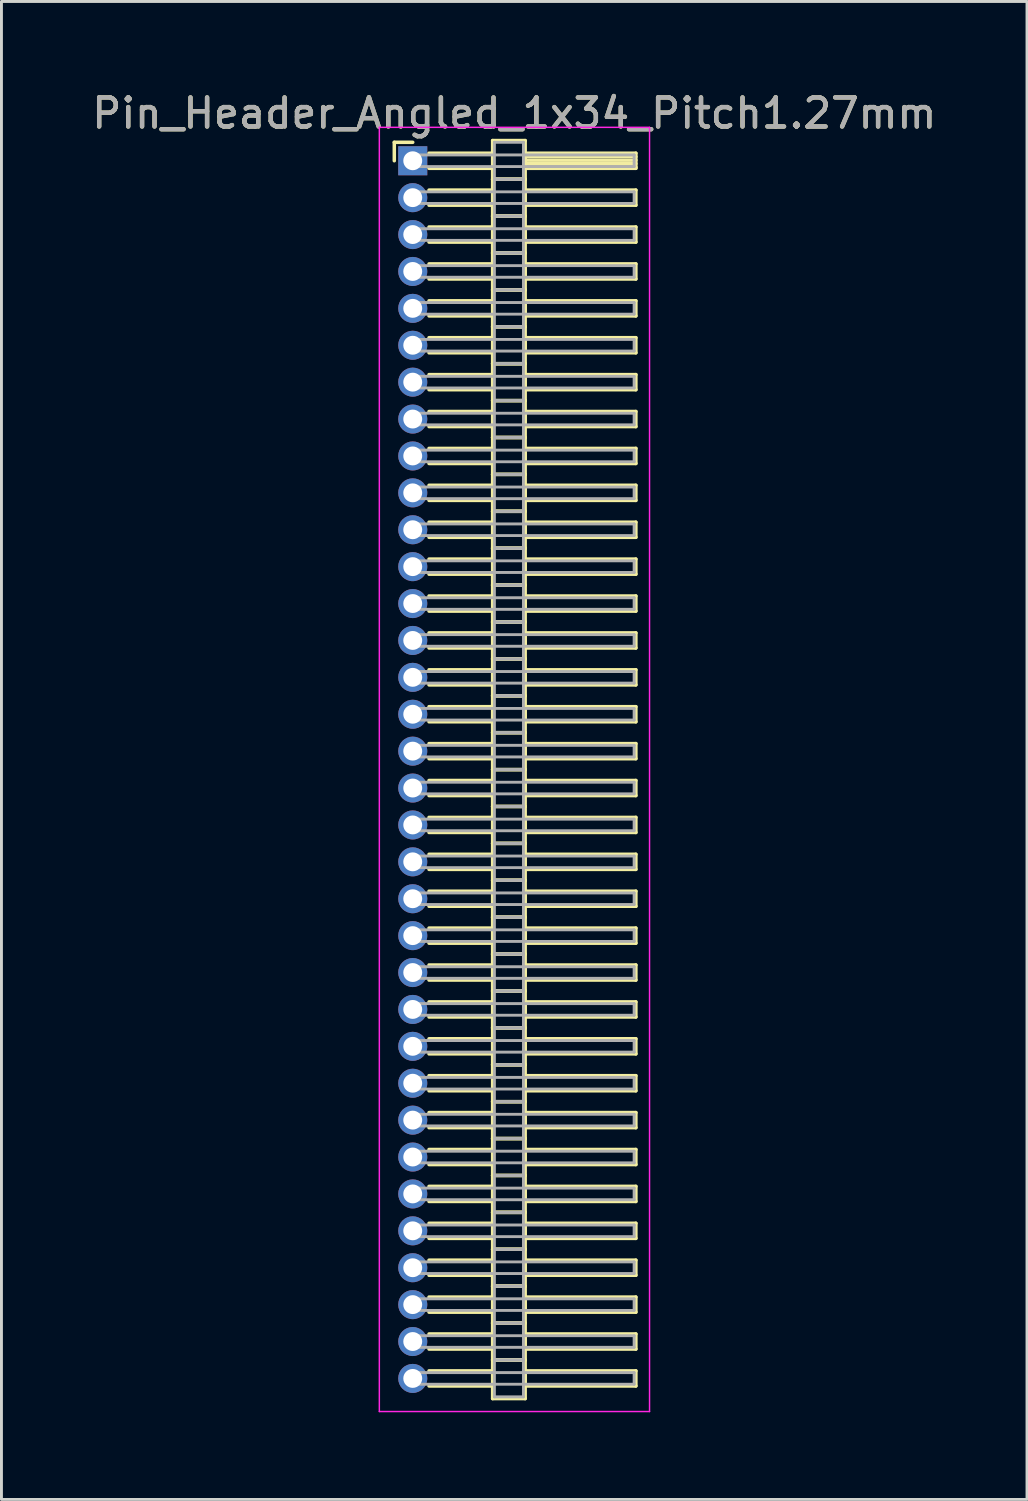
<source format=kicad_pcb>
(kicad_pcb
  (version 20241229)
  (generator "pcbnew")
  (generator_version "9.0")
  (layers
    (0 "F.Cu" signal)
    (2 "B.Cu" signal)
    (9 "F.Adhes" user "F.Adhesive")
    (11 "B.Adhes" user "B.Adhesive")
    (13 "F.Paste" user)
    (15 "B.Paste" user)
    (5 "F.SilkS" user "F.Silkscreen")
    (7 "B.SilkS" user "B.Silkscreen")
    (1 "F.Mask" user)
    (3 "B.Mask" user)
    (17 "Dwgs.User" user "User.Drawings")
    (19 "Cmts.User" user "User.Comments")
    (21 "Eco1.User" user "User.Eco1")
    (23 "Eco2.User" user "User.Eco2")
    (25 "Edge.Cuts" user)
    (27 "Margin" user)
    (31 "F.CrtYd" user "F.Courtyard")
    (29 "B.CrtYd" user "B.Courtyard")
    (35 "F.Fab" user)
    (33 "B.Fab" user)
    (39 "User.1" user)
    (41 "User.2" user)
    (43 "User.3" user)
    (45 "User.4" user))
  (footprint "Pin_Header_Angled_1x34_Pitch1.27mm"
    (layer "F.Cu")
    (at 11.156 2.483)
    (property "Reference" "Pin_Header_Angled_1x34_Pitch1.27mm" (at 3.493 -1.635 0) (layer "F.SilkS") (effects (font (size 1 1) (thickness 0.15))))
    (attr through_hole)
    (fp_line (start -0.635 -0.635) (end 0 -0.635) (stroke (width 0.12) (type solid)) (layer "F.SilkS"))
    (fp_line (start -0.635 0) (end -0.635 -0.635) (stroke (width 0.12) (type solid)) (layer "F.SilkS"))
    (fp_line (start 0.56 -0.26) (end 2.75 -0.26) (stroke (width 0.12) (type solid)) (layer "F.SilkS"))
    (fp_line (start 0.56 0.26) (end 2.75 0.26) (stroke (width 0.12) (type solid)) (layer "F.SilkS"))
    (fp_line (start 0.56 1.01) (end 2.75 1.01) (stroke (width 0.12) (type solid)) (layer "F.SilkS"))
    (fp_line (start 0.56 1.53) (end 2.75 1.53) (stroke (width 0.12) (type solid)) (layer "F.SilkS"))
    (fp_line (start 0.56 2.28) (end 2.75 2.28) (stroke (width 0.12) (type solid)) (layer "F.SilkS"))
    (fp_line (start 0.56 2.8) (end 2.75 2.8) (stroke (width 0.12) (type solid)) (layer "F.SilkS"))
    (fp_line (start 0.56 3.55) (end 2.75 3.55) (stroke (width 0.12) (type solid)) (layer "F.SilkS"))
    (fp_line (start 0.56 4.07) (end 2.75 4.07) (stroke (width 0.12) (type solid)) (layer "F.SilkS"))
    (fp_line (start 0.56 4.82) (end 2.75 4.82) (stroke (width 0.12) (type solid)) (layer "F.SilkS"))
    (fp_line (start 0.56 5.34) (end 2.75 5.34) (stroke (width 0.12) (type solid)) (layer "F.SilkS"))
    (fp_line (start 0.56 6.09) (end 2.75 6.09) (stroke (width 0.12) (type solid)) (layer "F.SilkS"))
    (fp_line (start 0.56 6.61) (end 2.75 6.61) (stroke (width 0.12) (type solid)) (layer "F.SilkS"))
    (fp_line (start 0.56 7.36) (end 2.75 7.36) (stroke (width 0.12) (type solid)) (layer "F.SilkS"))
    (fp_line (start 0.56 7.88) (end 2.75 7.88) (stroke (width 0.12) (type solid)) (layer "F.SilkS"))
    (fp_line (start 0.56 8.63) (end 2.75 8.63) (stroke (width 0.12) (type solid)) (layer "F.SilkS"))
    (fp_line (start 0.56 9.15) (end 2.75 9.15) (stroke (width 0.12) (type solid)) (layer "F.SilkS"))
    (fp_line (start 0.56 9.9) (end 2.75 9.9) (stroke (width 0.12) (type solid)) (layer "F.SilkS"))
    (fp_line (start 0.56 10.42) (end 2.75 10.42) (stroke (width 0.12) (type solid)) (layer "F.SilkS"))
    (fp_line (start 0.56 11.17) (end 2.75 11.17) (stroke (width 0.12) (type solid)) (layer "F.SilkS"))
    (fp_line (start 0.56 11.69) (end 2.75 11.69) (stroke (width 0.12) (type solid)) (layer "F.SilkS"))
    (fp_line (start 0.56 12.44) (end 2.75 12.44) (stroke (width 0.12) (type solid)) (layer "F.SilkS"))
    (fp_line (start 0.56 12.96) (end 2.75 12.96) (stroke (width 0.12) (type solid)) (layer "F.SilkS"))
    (fp_line (start 0.56 13.71) (end 2.75 13.71) (stroke (width 0.12) (type solid)) (layer "F.SilkS"))
    (fp_line (start 0.56 14.23) (end 2.75 14.23) (stroke (width 0.12) (type solid)) (layer "F.SilkS"))
    (fp_line (start 0.56 14.98) (end 2.75 14.98) (stroke (width 0.12) (type solid)) (layer "F.SilkS"))
    (fp_line (start 0.56 15.5) (end 2.75 15.5) (stroke (width 0.12) (type solid)) (layer "F.SilkS"))
    (fp_line (start 0.56 16.25) (end 2.75 16.25) (stroke (width 0.12) (type solid)) (layer "F.SilkS"))
    (fp_line (start 0.56 16.77) (end 2.75 16.77) (stroke (width 0.12) (type solid)) (layer "F.SilkS"))
    (fp_line (start 0.56 17.52) (end 2.75 17.52) (stroke (width 0.12) (type solid)) (layer "F.SilkS"))
    (fp_line (start 0.56 18.04) (end 2.75 18.04) (stroke (width 0.12) (type solid)) (layer "F.SilkS"))
    (fp_line (start 0.56 18.79) (end 2.75 18.79) (stroke (width 0.12) (type solid)) (layer "F.SilkS"))
    (fp_line (start 0.56 19.31) (end 2.75 19.31) (stroke (width 0.12) (type solid)) (layer "F.SilkS"))
    (fp_line (start 0.56 20.06) (end 2.75 20.06) (stroke (width 0.12) (type solid)) (layer "F.SilkS"))
    (fp_line (start 0.56 20.58) (end 2.75 20.58) (stroke (width 0.12) (type solid)) (layer "F.SilkS"))
    (fp_line (start 0.56 21.33) (end 2.75 21.33) (stroke (width 0.12) (type solid)) (layer "F.SilkS"))
    (fp_line (start 0.56 21.85) (end 2.75 21.85) (stroke (width 0.12) (type solid)) (layer "F.SilkS"))
    (fp_line (start 0.56 22.6) (end 2.75 22.6) (stroke (width 0.12) (type solid)) (layer "F.SilkS"))
    (fp_line (start 0.56 23.12) (end 2.75 23.12) (stroke (width 0.12) (type solid)) (layer "F.SilkS"))
    (fp_line (start 0.56 23.87) (end 2.75 23.87) (stroke (width 0.12) (type solid)) (layer "F.SilkS"))
    (fp_line (start 0.56 24.39) (end 2.75 24.39) (stroke (width 0.12) (type solid)) (layer "F.SilkS"))
    (fp_line (start 0.56 25.14) (end 2.75 25.14) (stroke (width 0.12) (type solid)) (layer "F.SilkS"))
    (fp_line (start 0.56 25.66) (end 2.75 25.66) (stroke (width 0.12) (type solid)) (layer "F.SilkS"))
    (fp_line (start 0.56 26.41) (end 2.75 26.41) (stroke (width 0.12) (type solid)) (layer "F.SilkS"))
    (fp_line (start 0.56 26.93) (end 2.75 26.93) (stroke (width 0.12) (type solid)) (layer "F.SilkS"))
    (fp_line (start 0.56 27.68) (end 2.75 27.68) (stroke (width 0.12) (type solid)) (layer "F.SilkS"))
    (fp_line (start 0.56 28.2) (end 2.75 28.2) (stroke (width 0.12) (type solid)) (layer "F.SilkS"))
    (fp_line (start 0.56 28.95) (end 2.75 28.95) (stroke (width 0.12) (type solid)) (layer "F.SilkS"))
    (fp_line (start 0.56 29.47) (end 2.75 29.47) (stroke (width 0.12) (type solid)) (layer "F.SilkS"))
    (fp_line (start 0.56 30.22) (end 2.75 30.22) (stroke (width 0.12) (type solid)) (layer "F.SilkS"))
    (fp_line (start 0.56 30.74) (end 2.75 30.74) (stroke (width 0.12) (type solid)) (layer "F.SilkS"))
    (fp_line (start 0.56 31.49) (end 2.75 31.49) (stroke (width 0.12) (type solid)) (layer "F.SilkS"))
    (fp_line (start 0.56 32.01) (end 2.75 32.01) (stroke (width 0.12) (type solid)) (layer "F.SilkS"))
    (fp_line (start 0.56 32.76) (end 2.75 32.76) (stroke (width 0.12) (type solid)) (layer "F.SilkS"))
    (fp_line (start 0.56 33.28) (end 2.75 33.28) (stroke (width 0.12) (type solid)) (layer "F.SilkS"))
    (fp_line (start 0.56 34.03) (end 2.75 34.03) (stroke (width 0.12) (type solid)) (layer "F.SilkS"))
    (fp_line (start 0.56 34.55) (end 2.75 34.55) (stroke (width 0.12) (type solid)) (layer "F.SilkS"))
    (fp_line (start 0.56 35.3) (end 2.75 35.3) (stroke (width 0.12) (type solid)) (layer "F.SilkS"))
    (fp_line (start 0.56 35.82) (end 2.75 35.82) (stroke (width 0.12) (type solid)) (layer "F.SilkS"))
    (fp_line (start 0.56 36.57) (end 2.75 36.57) (stroke (width 0.12) (type solid)) (layer "F.SilkS"))
    (fp_line (start 0.56 37.09) (end 2.75 37.09) (stroke (width 0.12) (type solid)) (layer "F.SilkS"))
    (fp_line (start 0.56 37.84) (end 2.75 37.84) (stroke (width 0.12) (type solid)) (layer "F.SilkS"))
    (fp_line (start 0.56 38.36) (end 2.75 38.36) (stroke (width 0.12) (type solid)) (layer "F.SilkS"))
    (fp_line (start 0.56 39.11) (end 2.75 39.11) (stroke (width 0.12) (type solid)) (layer "F.SilkS"))
    (fp_line (start 0.56 39.63) (end 2.75 39.63) (stroke (width 0.12) (type solid)) (layer "F.SilkS"))
    (fp_line (start 0.56 40.38) (end 2.75 40.38) (stroke (width 0.12) (type solid)) (layer "F.SilkS"))
    (fp_line (start 0.56 40.9) (end 2.75 40.9) (stroke (width 0.12) (type solid)) (layer "F.SilkS"))
    (fp_line (start 0.56 41.65) (end 2.75 41.65) (stroke (width 0.12) (type solid)) (layer "F.SilkS"))
    (fp_line (start 0.56 42.17) (end 2.75 42.17) (stroke (width 0.12) (type solid)) (layer "F.SilkS"))
    (fp_line (start 2.75 -0.695) (end 2.75 0.635) (stroke (width 0.12) (type solid)) (layer "F.SilkS"))
    (fp_line (start 2.75 0.635) (end 2.75 1.905) (stroke (width 0.12) (type solid)) (layer "F.SilkS"))
    (fp_line (start 2.75 0.635) (end 3.87 0.635) (stroke (width 0.12) (type solid)) (layer "F.SilkS"))
    (fp_line (start 2.75 1.905) (end 2.75 3.175) (stroke (width 0.12) (type solid)) (layer "F.SilkS"))
    (fp_line (start 2.75 1.905) (end 3.87 1.905) (stroke (width 0.12) (type solid)) (layer "F.SilkS"))
    (fp_line (start 2.75 3.175) (end 2.75 4.445) (stroke (width 0.12) (type solid)) (layer "F.SilkS"))
    (fp_line (start 2.75 3.175) (end 3.87 3.175) (stroke (width 0.12) (type solid)) (layer "F.SilkS"))
    (fp_line (start 2.75 4.445) (end 2.75 5.715) (stroke (width 0.12) (type solid)) (layer "F.SilkS"))
    (fp_line (start 2.75 4.445) (end 3.87 4.445) (stroke (width 0.12) (type solid)) (layer "F.SilkS"))
    (fp_line (start 2.75 5.715) (end 2.75 6.985) (stroke (width 0.12) (type solid)) (layer "F.SilkS"))
    (fp_line (start 2.75 5.715) (end 3.87 5.715) (stroke (width 0.12) (type solid)) (layer "F.SilkS"))
    (fp_line (start 2.75 6.985) (end 2.75 8.255) (stroke (width 0.12) (type solid)) (layer "F.SilkS"))
    (fp_line (start 2.75 6.985) (end 3.87 6.985) (stroke (width 0.12) (type solid)) (layer "F.SilkS"))
    (fp_line (start 2.75 8.255) (end 2.75 9.525) (stroke (width 0.12) (type solid)) (layer "F.SilkS"))
    (fp_line (start 2.75 8.255) (end 3.87 8.255) (stroke (width 0.12) (type solid)) (layer "F.SilkS"))
    (fp_line (start 2.75 9.525) (end 2.75 10.795) (stroke (width 0.12) (type solid)) (layer "F.SilkS"))
    (fp_line (start 2.75 9.525) (end 3.87 9.525) (stroke (width 0.12) (type solid)) (layer "F.SilkS"))
    (fp_line (start 2.75 10.795) (end 2.75 12.065) (stroke (width 0.12) (type solid)) (layer "F.SilkS"))
    (fp_line (start 2.75 10.795) (end 3.87 10.795) (stroke (width 0.12) (type solid)) (layer "F.SilkS"))
    (fp_line (start 2.75 12.065) (end 2.75 13.335) (stroke (width 0.12) (type solid)) (layer "F.SilkS"))
    (fp_line (start 2.75 12.065) (end 3.87 12.065) (stroke (width 0.12) (type solid)) (layer "F.SilkS"))
    (fp_line (start 2.75 13.335) (end 2.75 14.605) (stroke (width 0.12) (type solid)) (layer "F.SilkS"))
    (fp_line (start 2.75 13.335) (end 3.87 13.335) (stroke (width 0.12) (type solid)) (layer "F.SilkS"))
    (fp_line (start 2.75 14.605) (end 2.75 15.875) (stroke (width 0.12) (type solid)) (layer "F.SilkS"))
    (fp_line (start 2.75 14.605) (end 3.87 14.605) (stroke (width 0.12) (type solid)) (layer "F.SilkS"))
    (fp_line (start 2.75 15.875) (end 2.75 17.145) (stroke (width 0.12) (type solid)) (layer "F.SilkS"))
    (fp_line (start 2.75 15.875) (end 3.87 15.875) (stroke (width 0.12) (type solid)) (layer "F.SilkS"))
    (fp_line (start 2.75 17.145) (end 2.75 18.415) (stroke (width 0.12) (type solid)) (layer "F.SilkS"))
    (fp_line (start 2.75 17.145) (end 3.87 17.145) (stroke (width 0.12) (type solid)) (layer "F.SilkS"))
    (fp_line (start 2.75 18.415) (end 2.75 19.685) (stroke (width 0.12) (type solid)) (layer "F.SilkS"))
    (fp_line (start 2.75 18.415) (end 3.87 18.415) (stroke (width 0.12) (type solid)) (layer "F.SilkS"))
    (fp_line (start 2.75 19.685) (end 2.75 20.955) (stroke (width 0.12) (type solid)) (layer "F.SilkS"))
    (fp_line (start 2.75 19.685) (end 3.87 19.685) (stroke (width 0.12) (type solid)) (layer "F.SilkS"))
    (fp_line (start 2.75 20.955) (end 2.75 22.225) (stroke (width 0.12) (type solid)) (layer "F.SilkS"))
    (fp_line (start 2.75 20.955) (end 3.87 20.955) (stroke (width 0.12) (type solid)) (layer "F.SilkS"))
    (fp_line (start 2.75 22.225) (end 2.75 23.495) (stroke (width 0.12) (type solid)) (layer "F.SilkS"))
    (fp_line (start 2.75 22.225) (end 3.87 22.225) (stroke (width 0.12) (type solid)) (layer "F.SilkS"))
    (fp_line (start 2.75 23.495) (end 2.75 24.765) (stroke (width 0.12) (type solid)) (layer "F.SilkS"))
    (fp_line (start 2.75 23.495) (end 3.87 23.495) (stroke (width 0.12) (type solid)) (layer "F.SilkS"))
    (fp_line (start 2.75 24.765) (end 2.75 26.035) (stroke (width 0.12) (type solid)) (layer "F.SilkS"))
    (fp_line (start 2.75 24.765) (end 3.87 24.765) (stroke (width 0.12) (type solid)) (layer "F.SilkS"))
    (fp_line (start 2.75 26.035) (end 2.75 27.305) (stroke (width 0.12) (type solid)) (layer "F.SilkS"))
    (fp_line (start 2.75 26.035) (end 3.87 26.035) (stroke (width 0.12) (type solid)) (layer "F.SilkS"))
    (fp_line (start 2.75 27.305) (end 2.75 28.575) (stroke (width 0.12) (type solid)) (layer "F.SilkS"))
    (fp_line (start 2.75 27.305) (end 3.87 27.305) (stroke (width 0.12) (type solid)) (layer "F.SilkS"))
    (fp_line (start 2.75 28.575) (end 2.75 29.845) (stroke (width 0.12) (type solid)) (layer "F.SilkS"))
    (fp_line (start 2.75 28.575) (end 3.87 28.575) (stroke (width 0.12) (type solid)) (layer "F.SilkS"))
    (fp_line (start 2.75 29.845) (end 2.75 31.115) (stroke (width 0.12) (type solid)) (layer "F.SilkS"))
    (fp_line (start 2.75 29.845) (end 3.87 29.845) (stroke (width 0.12) (type solid)) (layer "F.SilkS"))
    (fp_line (start 2.75 31.115) (end 2.75 32.385) (stroke (width 0.12) (type solid)) (layer "F.SilkS"))
    (fp_line (start 2.75 31.115) (end 3.87 31.115) (stroke (width 0.12) (type solid)) (layer "F.SilkS"))
    (fp_line (start 2.75 32.385) (end 2.75 33.655) (stroke (width 0.12) (type solid)) (layer "F.SilkS"))
    (fp_line (start 2.75 32.385) (end 3.87 32.385) (stroke (width 0.12) (type solid)) (layer "F.SilkS"))
    (fp_line (start 2.75 33.655) (end 2.75 34.925) (stroke (width 0.12) (type solid)) (layer "F.SilkS"))
    (fp_line (start 2.75 33.655) (end 3.87 33.655) (stroke (width 0.12) (type solid)) (layer "F.SilkS"))
    (fp_line (start 2.75 34.925) (end 2.75 36.195) (stroke (width 0.12) (type solid)) (layer "F.SilkS"))
    (fp_line (start 2.75 34.925) (end 3.87 34.925) (stroke (width 0.12) (type solid)) (layer "F.SilkS"))
    (fp_line (start 2.75 36.195) (end 2.75 37.465) (stroke (width 0.12) (type solid)) (layer "F.SilkS"))
    (fp_line (start 2.75 36.195) (end 3.87 36.195) (stroke (width 0.12) (type solid)) (layer "F.SilkS"))
    (fp_line (start 2.75 37.465) (end 2.75 38.735) (stroke (width 0.12) (type solid)) (layer "F.SilkS"))
    (fp_line (start 2.75 37.465) (end 3.87 37.465) (stroke (width 0.12) (type solid)) (layer "F.SilkS"))
    (fp_line (start 2.75 38.735) (end 2.75 40.005) (stroke (width 0.12) (type solid)) (layer "F.SilkS"))
    (fp_line (start 2.75 38.735) (end 3.87 38.735) (stroke (width 0.12) (type solid)) (layer "F.SilkS"))
    (fp_line (start 2.75 40.005) (end 2.75 41.275) (stroke (width 0.12) (type solid)) (layer "F.SilkS"))
    (fp_line (start 2.75 40.005) (end 3.87 40.005) (stroke (width 0.12) (type solid)) (layer "F.SilkS"))
    (fp_line (start 2.75 41.275) (end 2.75 42.605) (stroke (width 0.12) (type solid)) (layer "F.SilkS"))
    (fp_line (start 2.75 41.275) (end 3.87 41.275) (stroke (width 0.12) (type solid)) (layer "F.SilkS"))
    (fp_line (start 2.75 42.605) (end 3.87 42.605) (stroke (width 0.12) (type solid)) (layer "F.SilkS"))
    (fp_line (start 3.87 -0.695) (end 2.75 -0.695) (stroke (width 0.12) (type solid)) (layer "F.SilkS"))
    (fp_line (start 3.87 -0.26) (end 3.87 0.26) (stroke (width 0.12) (type solid)) (layer "F.SilkS"))
    (fp_line (start 3.87 -0.14) (end 7.68 -0.14) (stroke (width 0.12) (type solid)) (layer "F.SilkS"))
    (fp_line (start 3.87 -0.02) (end 7.68 -0.02) (stroke (width 0.12) (type solid)) (layer "F.SilkS"))
    (fp_line (start 3.87 0.1) (end 7.68 0.1) (stroke (width 0.12) (type solid)) (layer "F.SilkS"))
    (fp_line (start 3.87 0.22) (end 7.68 0.22) (stroke (width 0.12) (type solid)) (layer "F.SilkS"))
    (fp_line (start 3.87 0.26) (end 7.68 0.26) (stroke (width 0.12) (type solid)) (layer "F.SilkS"))
    (fp_line (start 3.87 0.635) (end 2.75 0.635) (stroke (width 0.12) (type solid)) (layer "F.SilkS"))
    (fp_line (start 3.87 0.635) (end 3.87 -0.695) (stroke (width 0.12) (type solid)) (layer "F.SilkS"))
    (fp_line (start 3.87 1.01) (end 3.87 1.53) (stroke (width 0.12) (type solid)) (layer "F.SilkS"))
    (fp_line (start 3.87 1.53) (end 7.68 1.53) (stroke (width 0.12) (type solid)) (layer "F.SilkS"))
    (fp_line (start 3.87 1.905) (end 2.75 1.905) (stroke (width 0.12) (type solid)) (layer "F.SilkS"))
    (fp_line (start 3.87 1.905) (end 3.87 0.635) (stroke (width 0.12) (type solid)) (layer "F.SilkS"))
    (fp_line (start 3.87 2.28) (end 3.87 2.8) (stroke (width 0.12) (type solid)) (layer "F.SilkS"))
    (fp_line (start 3.87 2.8) (end 7.68 2.8) (stroke (width 0.12) (type solid)) (layer "F.SilkS"))
    (fp_line (start 3.87 3.175) (end 2.75 3.175) (stroke (width 0.12) (type solid)) (layer "F.SilkS"))
    (fp_line (start 3.87 3.175) (end 3.87 1.905) (stroke (width 0.12) (type solid)) (layer "F.SilkS"))
    (fp_line (start 3.87 3.55) (end 3.87 4.07) (stroke (width 0.12) (type solid)) (layer "F.SilkS"))
    (fp_line (start 3.87 4.07) (end 7.68 4.07) (stroke (width 0.12) (type solid)) (layer "F.SilkS"))
    (fp_line (start 3.87 4.445) (end 2.75 4.445) (stroke (width 0.12) (type solid)) (layer "F.SilkS"))
    (fp_line (start 3.87 4.445) (end 3.87 3.175) (stroke (width 0.12) (type solid)) (layer "F.SilkS"))
    (fp_line (start 3.87 4.82) (end 3.87 5.34) (stroke (width 0.12) (type solid)) (layer "F.SilkS"))
    (fp_line (start 3.87 5.34) (end 7.68 5.34) (stroke (width 0.12) (type solid)) (layer "F.SilkS"))
    (fp_line (start 3.87 5.715) (end 2.75 5.715) (stroke (width 0.12) (type solid)) (layer "F.SilkS"))
    (fp_line (start 3.87 5.715) (end 3.87 4.445) (stroke (width 0.12) (type solid)) (layer "F.SilkS"))
    (fp_line (start 3.87 6.09) (end 3.87 6.61) (stroke (width 0.12) (type solid)) (layer "F.SilkS"))
    (fp_line (start 3.87 6.61) (end 7.68 6.61) (stroke (width 0.12) (type solid)) (layer "F.SilkS"))
    (fp_line (start 3.87 6.985) (end 2.75 6.985) (stroke (width 0.12) (type solid)) (layer "F.SilkS"))
    (fp_line (start 3.87 6.985) (end 3.87 5.715) (stroke (width 0.12) (type solid)) (layer "F.SilkS"))
    (fp_line (start 3.87 7.36) (end 3.87 7.88) (stroke (width 0.12) (type solid)) (layer "F.SilkS"))
    (fp_line (start 3.87 7.88) (end 7.68 7.88) (stroke (width 0.12) (type solid)) (layer "F.SilkS"))
    (fp_line (start 3.87 8.255) (end 2.75 8.255) (stroke (width 0.12) (type solid)) (layer "F.SilkS"))
    (fp_line (start 3.87 8.255) (end 3.87 6.985) (stroke (width 0.12) (type solid)) (layer "F.SilkS"))
    (fp_line (start 3.87 8.63) (end 3.87 9.15) (stroke (width 0.12) (type solid)) (layer "F.SilkS"))
    (fp_line (start 3.87 9.15) (end 7.68 9.15) (stroke (width 0.12) (type solid)) (layer "F.SilkS"))
    (fp_line (start 3.87 9.525) (end 2.75 9.525) (stroke (width 0.12) (type solid)) (layer "F.SilkS"))
    (fp_line (start 3.87 9.525) (end 3.87 8.255) (stroke (width 0.12) (type solid)) (layer "F.SilkS"))
    (fp_line (start 3.87 9.9) (end 3.87 10.42) (stroke (width 0.12) (type solid)) (layer "F.SilkS"))
    (fp_line (start 3.87 10.42) (end 7.68 10.42) (stroke (width 0.12) (type solid)) (layer "F.SilkS"))
    (fp_line (start 3.87 10.795) (end 2.75 10.795) (stroke (width 0.12) (type solid)) (layer "F.SilkS"))
    (fp_line (start 3.87 10.795) (end 3.87 9.525) (stroke (width 0.12) (type solid)) (layer "F.SilkS"))
    (fp_line (start 3.87 11.17) (end 3.87 11.69) (stroke (width 0.12) (type solid)) (layer "F.SilkS"))
    (fp_line (start 3.87 11.69) (end 7.68 11.69) (stroke (width 0.12) (type solid)) (layer "F.SilkS"))
    (fp_line (start 3.87 12.065) (end 2.75 12.065) (stroke (width 0.12) (type solid)) (layer "F.SilkS"))
    (fp_line (start 3.87 12.065) (end 3.87 10.795) (stroke (width 0.12) (type solid)) (layer "F.SilkS"))
    (fp_line (start 3.87 12.44) (end 3.87 12.96) (stroke (width 0.12) (type solid)) (layer "F.SilkS"))
    (fp_line (start 3.87 12.96) (end 7.68 12.96) (stroke (width 0.12) (type solid)) (layer "F.SilkS"))
    (fp_line (start 3.87 13.335) (end 2.75 13.335) (stroke (width 0.12) (type solid)) (layer "F.SilkS"))
    (fp_line (start 3.87 13.335) (end 3.87 12.065) (stroke (width 0.12) (type solid)) (layer "F.SilkS"))
    (fp_line (start 3.87 13.71) (end 3.87 14.23) (stroke (width 0.12) (type solid)) (layer "F.SilkS"))
    (fp_line (start 3.87 14.23) (end 7.68 14.23) (stroke (width 0.12) (type solid)) (layer "F.SilkS"))
    (fp_line (start 3.87 14.605) (end 2.75 14.605) (stroke (width 0.12) (type solid)) (layer "F.SilkS"))
    (fp_line (start 3.87 14.605) (end 3.87 13.335) (stroke (width 0.12) (type solid)) (layer "F.SilkS"))
    (fp_line (start 3.87 14.98) (end 3.87 15.5) (stroke (width 0.12) (type solid)) (layer "F.SilkS"))
    (fp_line (start 3.87 15.5) (end 7.68 15.5) (stroke (width 0.12) (type solid)) (layer "F.SilkS"))
    (fp_line (start 3.87 15.875) (end 2.75 15.875) (stroke (width 0.12) (type solid)) (layer "F.SilkS"))
    (fp_line (start 3.87 15.875) (end 3.87 14.605) (stroke (width 0.12) (type solid)) (layer "F.SilkS"))
    (fp_line (start 3.87 16.25) (end 3.87 16.77) (stroke (width 0.12) (type solid)) (layer "F.SilkS"))
    (fp_line (start 3.87 16.77) (end 7.68 16.77) (stroke (width 0.12) (type solid)) (layer "F.SilkS"))
    (fp_line (start 3.87 17.145) (end 2.75 17.145) (stroke (width 0.12) (type solid)) (layer "F.SilkS"))
    (fp_line (start 3.87 17.145) (end 3.87 15.875) (stroke (width 0.12) (type solid)) (layer "F.SilkS"))
    (fp_line (start 3.87 17.52) (end 3.87 18.04) (stroke (width 0.12) (type solid)) (layer "F.SilkS"))
    (fp_line (start 3.87 18.04) (end 7.68 18.04) (stroke (width 0.12) (type solid)) (layer "F.SilkS"))
    (fp_line (start 3.87 18.415) (end 2.75 18.415) (stroke (width 0.12) (type solid)) (layer "F.SilkS"))
    (fp_line (start 3.87 18.415) (end 3.87 17.145) (stroke (width 0.12) (type solid)) (layer "F.SilkS"))
    (fp_line (start 3.87 18.79) (end 3.87 19.31) (stroke (width 0.12) (type solid)) (layer "F.SilkS"))
    (fp_line (start 3.87 19.31) (end 7.68 19.31) (stroke (width 0.12) (type solid)) (layer "F.SilkS"))
    (fp_line (start 3.87 19.685) (end 2.75 19.685) (stroke (width 0.12) (type solid)) (layer "F.SilkS"))
    (fp_line (start 3.87 19.685) (end 3.87 18.415) (stroke (width 0.12) (type solid)) (layer "F.SilkS"))
    (fp_line (start 3.87 20.06) (end 3.87 20.58) (stroke (width 0.12) (type solid)) (layer "F.SilkS"))
    (fp_line (start 3.87 20.58) (end 7.68 20.58) (stroke (width 0.12) (type solid)) (layer "F.SilkS"))
    (fp_line (start 3.87 20.955) (end 2.75 20.955) (stroke (width 0.12) (type solid)) (layer "F.SilkS"))
    (fp_line (start 3.87 20.955) (end 3.87 19.685) (stroke (width 0.12) (type solid)) (layer "F.SilkS"))
    (fp_line (start 3.87 21.33) (end 3.87 21.85) (stroke (width 0.12) (type solid)) (layer "F.SilkS"))
    (fp_line (start 3.87 21.85) (end 7.68 21.85) (stroke (width 0.12) (type solid)) (layer "F.SilkS"))
    (fp_line (start 3.87 22.225) (end 2.75 22.225) (stroke (width 0.12) (type solid)) (layer "F.SilkS"))
    (fp_line (start 3.87 22.225) (end 3.87 20.955) (stroke (width 0.12) (type solid)) (layer "F.SilkS"))
    (fp_line (start 3.87 22.6) (end 3.87 23.12) (stroke (width 0.12) (type solid)) (layer "F.SilkS"))
    (fp_line (start 3.87 23.12) (end 7.68 23.12) (stroke (width 0.12) (type solid)) (layer "F.SilkS"))
    (fp_line (start 3.87 23.495) (end 2.75 23.495) (stroke (width 0.12) (type solid)) (layer "F.SilkS"))
    (fp_line (start 3.87 23.495) (end 3.87 22.225) (stroke (width 0.12) (type solid)) (layer "F.SilkS"))
    (fp_line (start 3.87 23.87) (end 3.87 24.39) (stroke (width 0.12) (type solid)) (layer "F.SilkS"))
    (fp_line (start 3.87 24.39) (end 7.68 24.39) (stroke (width 0.12) (type solid)) (layer "F.SilkS"))
    (fp_line (start 3.87 24.765) (end 2.75 24.765) (stroke (width 0.12) (type solid)) (layer "F.SilkS"))
    (fp_line (start 3.87 24.765) (end 3.87 23.495) (stroke (width 0.12) (type solid)) (layer "F.SilkS"))
    (fp_line (start 3.87 25.14) (end 3.87 25.66) (stroke (width 0.12) (type solid)) (layer "F.SilkS"))
    (fp_line (start 3.87 25.66) (end 7.68 25.66) (stroke (width 0.12) (type solid)) (layer "F.SilkS"))
    (fp_line (start 3.87 26.035) (end 2.75 26.035) (stroke (width 0.12) (type solid)) (layer "F.SilkS"))
    (fp_line (start 3.87 26.035) (end 3.87 24.765) (stroke (width 0.12) (type solid)) (layer "F.SilkS"))
    (fp_line (start 3.87 26.41) (end 3.87 26.93) (stroke (width 0.12) (type solid)) (layer "F.SilkS"))
    (fp_line (start 3.87 26.93) (end 7.68 26.93) (stroke (width 0.12) (type solid)) (layer "F.SilkS"))
    (fp_line (start 3.87 27.305) (end 2.75 27.305) (stroke (width 0.12) (type solid)) (layer "F.SilkS"))
    (fp_line (start 3.87 27.305) (end 3.87 26.035) (stroke (width 0.12) (type solid)) (layer "F.SilkS"))
    (fp_line (start 3.87 27.68) (end 3.87 28.2) (stroke (width 0.12) (type solid)) (layer "F.SilkS"))
    (fp_line (start 3.87 28.2) (end 7.68 28.2) (stroke (width 0.12) (type solid)) (layer "F.SilkS"))
    (fp_line (start 3.87 28.575) (end 2.75 28.575) (stroke (width 0.12) (type solid)) (layer "F.SilkS"))
    (fp_line (start 3.87 28.575) (end 3.87 27.305) (stroke (width 0.12) (type solid)) (layer "F.SilkS"))
    (fp_line (start 3.87 28.95) (end 3.87 29.47) (stroke (width 0.12) (type solid)) (layer "F.SilkS"))
    (fp_line (start 3.87 29.47) (end 7.68 29.47) (stroke (width 0.12) (type solid)) (layer "F.SilkS"))
    (fp_line (start 3.87 29.845) (end 2.75 29.845) (stroke (width 0.12) (type solid)) (layer "F.SilkS"))
    (fp_line (start 3.87 29.845) (end 3.87 28.575) (stroke (width 0.12) (type solid)) (layer "F.SilkS"))
    (fp_line (start 3.87 30.22) (end 3.87 30.74) (stroke (width 0.12) (type solid)) (layer "F.SilkS"))
    (fp_line (start 3.87 30.74) (end 7.68 30.74) (stroke (width 0.12) (type solid)) (layer "F.SilkS"))
    (fp_line (start 3.87 31.115) (end 2.75 31.115) (stroke (width 0.12) (type solid)) (layer "F.SilkS"))
    (fp_line (start 3.87 31.115) (end 3.87 29.845) (stroke (width 0.12) (type solid)) (layer "F.SilkS"))
    (fp_line (start 3.87 31.49) (end 3.87 32.01) (stroke (width 0.12) (type solid)) (layer "F.SilkS"))
    (fp_line (start 3.87 32.01) (end 7.68 32.01) (stroke (width 0.12) (type solid)) (layer "F.SilkS"))
    (fp_line (start 3.87 32.385) (end 2.75 32.385) (stroke (width 0.12) (type solid)) (layer "F.SilkS"))
    (fp_line (start 3.87 32.385) (end 3.87 31.115) (stroke (width 0.12) (type solid)) (layer "F.SilkS"))
    (fp_line (start 3.87 32.76) (end 3.87 33.28) (stroke (width 0.12) (type solid)) (layer "F.SilkS"))
    (fp_line (start 3.87 33.28) (end 7.68 33.28) (stroke (width 0.12) (type solid)) (layer "F.SilkS"))
    (fp_line (start 3.87 33.655) (end 2.75 33.655) (stroke (width 0.12) (type solid)) (layer "F.SilkS"))
    (fp_line (start 3.87 33.655) (end 3.87 32.385) (stroke (width 0.12) (type solid)) (layer "F.SilkS"))
    (fp_line (start 3.87 34.03) (end 3.87 34.55) (stroke (width 0.12) (type solid)) (layer "F.SilkS"))
    (fp_line (start 3.87 34.55) (end 7.68 34.55) (stroke (width 0.12) (type solid)) (layer "F.SilkS"))
    (fp_line (start 3.87 34.925) (end 2.75 34.925) (stroke (width 0.12) (type solid)) (layer "F.SilkS"))
    (fp_line (start 3.87 34.925) (end 3.87 33.655) (stroke (width 0.12) (type solid)) (layer "F.SilkS"))
    (fp_line (start 3.87 35.3) (end 3.87 35.82) (stroke (width 0.12) (type solid)) (layer "F.SilkS"))
    (fp_line (start 3.87 35.82) (end 7.68 35.82) (stroke (width 0.12) (type solid)) (layer "F.SilkS"))
    (fp_line (start 3.87 36.195) (end 2.75 36.195) (stroke (width 0.12) (type solid)) (layer "F.SilkS"))
    (fp_line (start 3.87 36.195) (end 3.87 34.925) (stroke (width 0.12) (type solid)) (layer "F.SilkS"))
    (fp_line (start 3.87 36.57) (end 3.87 37.09) (stroke (width 0.12) (type solid)) (layer "F.SilkS"))
    (fp_line (start 3.87 37.09) (end 7.68 37.09) (stroke (width 0.12) (type solid)) (layer "F.SilkS"))
    (fp_line (start 3.87 37.465) (end 2.75 37.465) (stroke (width 0.12) (type solid)) (layer "F.SilkS"))
    (fp_line (start 3.87 37.465) (end 3.87 36.195) (stroke (width 0.12) (type solid)) (layer "F.SilkS"))
    (fp_line (start 3.87 37.84) (end 3.87 38.36) (stroke (width 0.12) (type solid)) (layer "F.SilkS"))
    (fp_line (start 3.87 38.36) (end 7.68 38.36) (stroke (width 0.12) (type solid)) (layer "F.SilkS"))
    (fp_line (start 3.87 38.735) (end 2.75 38.735) (stroke (width 0.12) (type solid)) (layer "F.SilkS"))
    (fp_line (start 3.87 38.735) (end 3.87 37.465) (stroke (width 0.12) (type solid)) (layer "F.SilkS"))
    (fp_line (start 3.87 39.11) (end 3.87 39.63) (stroke (width 0.12) (type solid)) (layer "F.SilkS"))
    (fp_line (start 3.87 39.63) (end 7.68 39.63) (stroke (width 0.12) (type solid)) (layer "F.SilkS"))
    (fp_line (start 3.87 40.005) (end 2.75 40.005) (stroke (width 0.12) (type solid)) (layer "F.SilkS"))
    (fp_line (start 3.87 40.005) (end 3.87 38.735) (stroke (width 0.12) (type solid)) (layer "F.SilkS"))
    (fp_line (start 3.87 40.38) (end 3.87 40.9) (stroke (width 0.12) (type solid)) (layer "F.SilkS"))
    (fp_line (start 3.87 40.9) (end 7.68 40.9) (stroke (width 0.12) (type solid)) (layer "F.SilkS"))
    (fp_line (start 3.87 41.275) (end 2.75 41.275) (stroke (width 0.12) (type solid)) (layer "F.SilkS"))
    (fp_line (start 3.87 41.275) (end 3.87 40.005) (stroke (width 0.12) (type solid)) (layer "F.SilkS"))
    (fp_line (start 3.87 41.65) (end 3.87 42.17) (stroke (width 0.12) (type solid)) (layer "F.SilkS"))
    (fp_line (start 3.87 42.17) (end 7.68 42.17) (stroke (width 0.12) (type solid)) (layer "F.SilkS"))
    (fp_line (start 3.87 42.605) (end 3.87 41.275) (stroke (width 0.12) (type solid)) (layer "F.SilkS"))
    (fp_line (start 7.68 -0.26) (end 3.87 -0.26) (stroke (width 0.12) (type solid)) (layer "F.SilkS"))
    (fp_line (start 7.68 0.26) (end 7.68 -0.26) (stroke (width 0.12) (type solid)) (layer "F.SilkS"))
    (fp_line (start 7.68 1.01) (end 3.87 1.01) (stroke (width 0.12) (type solid)) (layer "F.SilkS"))
    (fp_line (start 7.68 1.53) (end 7.68 1.01) (stroke (width 0.12) (type solid)) (layer "F.SilkS"))
    (fp_line (start 7.68 2.28) (end 3.87 2.28) (stroke (width 0.12) (type solid)) (layer "F.SilkS"))
    (fp_line (start 7.68 2.8) (end 7.68 2.28) (stroke (width 0.12) (type solid)) (layer "F.SilkS"))
    (fp_line (start 7.68 3.55) (end 3.87 3.55) (stroke (width 0.12) (type solid)) (layer "F.SilkS"))
    (fp_line (start 7.68 4.07) (end 7.68 3.55) (stroke (width 0.12) (type solid)) (layer "F.SilkS"))
    (fp_line (start 7.68 4.82) (end 3.87 4.82) (stroke (width 0.12) (type solid)) (layer "F.SilkS"))
    (fp_line (start 7.68 5.34) (end 7.68 4.82) (stroke (width 0.12) (type solid)) (layer "F.SilkS"))
    (fp_line (start 7.68 6.09) (end 3.87 6.09) (stroke (width 0.12) (type solid)) (layer "F.SilkS"))
    (fp_line (start 7.68 6.61) (end 7.68 6.09) (stroke (width 0.12) (type solid)) (layer "F.SilkS"))
    (fp_line (start 7.68 7.36) (end 3.87 7.36) (stroke (width 0.12) (type solid)) (layer "F.SilkS"))
    (fp_line (start 7.68 7.88) (end 7.68 7.36) (stroke (width 0.12) (type solid)) (layer "F.SilkS"))
    (fp_line (start 7.68 8.63) (end 3.87 8.63) (stroke (width 0.12) (type solid)) (layer "F.SilkS"))
    (fp_line (start 7.68 9.15) (end 7.68 8.63) (stroke (width 0.12) (type solid)) (layer "F.SilkS"))
    (fp_line (start 7.68 9.9) (end 3.87 9.9) (stroke (width 0.12) (type solid)) (layer "F.SilkS"))
    (fp_line (start 7.68 10.42) (end 7.68 9.9) (stroke (width 0.12) (type solid)) (layer "F.SilkS"))
    (fp_line (start 7.68 11.17) (end 3.87 11.17) (stroke (width 0.12) (type solid)) (layer "F.SilkS"))
    (fp_line (start 7.68 11.69) (end 7.68 11.17) (stroke (width 0.12) (type solid)) (layer "F.SilkS"))
    (fp_line (start 7.68 12.44) (end 3.87 12.44) (stroke (width 0.12) (type solid)) (layer "F.SilkS"))
    (fp_line (start 7.68 12.96) (end 7.68 12.44) (stroke (width 0.12) (type solid)) (layer "F.SilkS"))
    (fp_line (start 7.68 13.71) (end 3.87 13.71) (stroke (width 0.12) (type solid)) (layer "F.SilkS"))
    (fp_line (start 7.68 14.23) (end 7.68 13.71) (stroke (width 0.12) (type solid)) (layer "F.SilkS"))
    (fp_line (start 7.68 14.98) (end 3.87 14.98) (stroke (width 0.12) (type solid)) (layer "F.SilkS"))
    (fp_line (start 7.68 15.5) (end 7.68 14.98) (stroke (width 0.12) (type solid)) (layer "F.SilkS"))
    (fp_line (start 7.68 16.25) (end 3.87 16.25) (stroke (width 0.12) (type solid)) (layer "F.SilkS"))
    (fp_line (start 7.68 16.77) (end 7.68 16.25) (stroke (width 0.12) (type solid)) (layer "F.SilkS"))
    (fp_line (start 7.68 17.52) (end 3.87 17.52) (stroke (width 0.12) (type solid)) (layer "F.SilkS"))
    (fp_line (start 7.68 18.04) (end 7.68 17.52) (stroke (width 0.12) (type solid)) (layer "F.SilkS"))
    (fp_line (start 7.68 18.79) (end 3.87 18.79) (stroke (width 0.12) (type solid)) (layer "F.SilkS"))
    (fp_line (start 7.68 19.31) (end 7.68 18.79) (stroke (width 0.12) (type solid)) (layer "F.SilkS"))
    (fp_line (start 7.68 20.06) (end 3.87 20.06) (stroke (width 0.12) (type solid)) (layer "F.SilkS"))
    (fp_line (start 7.68 20.58) (end 7.68 20.06) (stroke (width 0.12) (type solid)) (layer "F.SilkS"))
    (fp_line (start 7.68 21.33) (end 3.87 21.33) (stroke (width 0.12) (type solid)) (layer "F.SilkS"))
    (fp_line (start 7.68 21.85) (end 7.68 21.33) (stroke (width 0.12) (type solid)) (layer "F.SilkS"))
    (fp_line (start 7.68 22.6) (end 3.87 22.6) (stroke (width 0.12) (type solid)) (layer "F.SilkS"))
    (fp_line (start 7.68 23.12) (end 7.68 22.6) (stroke (width 0.12) (type solid)) (layer "F.SilkS"))
    (fp_line (start 7.68 23.87) (end 3.87 23.87) (stroke (width 0.12) (type solid)) (layer "F.SilkS"))
    (fp_line (start 7.68 24.39) (end 7.68 23.87) (stroke (width 0.12) (type solid)) (layer "F.SilkS"))
    (fp_line (start 7.68 25.14) (end 3.87 25.14) (stroke (width 0.12) (type solid)) (layer "F.SilkS"))
    (fp_line (start 7.68 25.66) (end 7.68 25.14) (stroke (width 0.12) (type solid)) (layer "F.SilkS"))
    (fp_line (start 7.68 26.41) (end 3.87 26.41) (stroke (width 0.12) (type solid)) (layer "F.SilkS"))
    (fp_line (start 7.68 26.93) (end 7.68 26.41) (stroke (width 0.12) (type solid)) (layer "F.SilkS"))
    (fp_line (start 7.68 27.68) (end 3.87 27.68) (stroke (width 0.12) (type solid)) (layer "F.SilkS"))
    (fp_line (start 7.68 28.2) (end 7.68 27.68) (stroke (width 0.12) (type solid)) (layer "F.SilkS"))
    (fp_line (start 7.68 28.95) (end 3.87 28.95) (stroke (width 0.12) (type solid)) (layer "F.SilkS"))
    (fp_line (start 7.68 29.47) (end 7.68 28.95) (stroke (width 0.12) (type solid)) (layer "F.SilkS"))
    (fp_line (start 7.68 30.22) (end 3.87 30.22) (stroke (width 0.12) (type solid)) (layer "F.SilkS"))
    (fp_line (start 7.68 30.74) (end 7.68 30.22) (stroke (width 0.12) (type solid)) (layer "F.SilkS"))
    (fp_line (start 7.68 31.49) (end 3.87 31.49) (stroke (width 0.12) (type solid)) (layer "F.SilkS"))
    (fp_line (start 7.68 32.01) (end 7.68 31.49) (stroke (width 0.12) (type solid)) (layer "F.SilkS"))
    (fp_line (start 7.68 32.76) (end 3.87 32.76) (stroke (width 0.12) (type solid)) (layer "F.SilkS"))
    (fp_line (start 7.68 33.28) (end 7.68 32.76) (stroke (width 0.12) (type solid)) (layer "F.SilkS"))
    (fp_line (start 7.68 34.03) (end 3.87 34.03) (stroke (width 0.12) (type solid)) (layer "F.SilkS"))
    (fp_line (start 7.68 34.55) (end 7.68 34.03) (stroke (width 0.12) (type solid)) (layer "F.SilkS"))
    (fp_line (start 7.68 35.3) (end 3.87 35.3) (stroke (width 0.12) (type solid)) (layer "F.SilkS"))
    (fp_line (start 7.68 35.82) (end 7.68 35.3) (stroke (width 0.12) (type solid)) (layer "F.SilkS"))
    (fp_line (start 7.68 36.57) (end 3.87 36.57) (stroke (width 0.12) (type solid)) (layer "F.SilkS"))
    (fp_line (start 7.68 37.09) (end 7.68 36.57) (stroke (width 0.12) (type solid)) (layer "F.SilkS"))
    (fp_line (start 7.68 37.84) (end 3.87 37.84) (stroke (width 0.12) (type solid)) (layer "F.SilkS"))
    (fp_line (start 7.68 38.36) (end 7.68 37.84) (stroke (width 0.12) (type solid)) (layer "F.SilkS"))
    (fp_line (start 7.68 39.11) (end 3.87 39.11) (stroke (width 0.12) (type solid)) (layer "F.SilkS"))
    (fp_line (start 7.68 39.63) (end 7.68 39.11) (stroke (width 0.12) (type solid)) (layer "F.SilkS"))
    (fp_line (start 7.68 40.38) (end 3.87 40.38) (stroke (width 0.12) (type solid)) (layer "F.SilkS"))
    (fp_line (start 7.68 40.9) (end 7.68 40.38) (stroke (width 0.12) (type solid)) (layer "F.SilkS"))
    (fp_line (start 7.68 41.65) (end 3.87 41.65) (stroke (width 0.12) (type solid)) (layer "F.SilkS"))
    (fp_line (start 7.68 42.17) (end 7.68 41.65) (stroke (width 0.12) (type solid)) (layer "F.SilkS"))
    (fp_line (start -1.15 -1.15) (end -1.15 43.05) (stroke (width 0.05) (type solid)) (layer "F.CrtYd"))
    (fp_line (start -1.15 43.05) (end 8.15 43.05) (stroke (width 0.05) (type solid)) (layer "F.CrtYd"))
    (fp_line (start 8.15 -1.15) (end -1.15 -1.15) (stroke (width 0.05) (type solid)) (layer "F.CrtYd"))
    (fp_line (start 8.15 43.05) (end 8.15 -1.15) (stroke (width 0.05) (type solid)) (layer "F.CrtYd"))
    (fp_line (start 0 -0.2) (end 0 0.2) (stroke (width 0.1) (type solid)) (layer "F.Fab"))
    (fp_line (start 0 0.2) (end 7.62 0.2) (stroke (width 0.1) (type solid)) (layer "F.Fab"))
    (fp_line (start 0 1.07) (end 0 1.47) (stroke (width 0.1) (type solid)) (layer "F.Fab"))
    (fp_line (start 0 1.47) (end 7.62 1.47) (stroke (width 0.1) (type solid)) (layer "F.Fab"))
    (fp_line (start 0 2.34) (end 0 2.74) (stroke (width 0.1) (type solid)) (layer "F.Fab"))
    (fp_line (start 0 2.74) (end 7.62 2.74) (stroke (width 0.1) (type solid)) (layer "F.Fab"))
    (fp_line (start 0 3.61) (end 0 4.01) (stroke (width 0.1) (type solid)) (layer "F.Fab"))
    (fp_line (start 0 4.01) (end 7.62 4.01) (stroke (width 0.1) (type solid)) (layer "F.Fab"))
    (fp_line (start 0 4.88) (end 0 5.28) (stroke (width 0.1) (type solid)) (layer "F.Fab"))
    (fp_line (start 0 5.28) (end 7.62 5.28) (stroke (width 0.1) (type solid)) (layer "F.Fab"))
    (fp_line (start 0 6.15) (end 0 6.55) (stroke (width 0.1) (type solid)) (layer "F.Fab"))
    (fp_line (start 0 6.55) (end 7.62 6.55) (stroke (width 0.1) (type solid)) (layer "F.Fab"))
    (fp_line (start 0 7.42) (end 0 7.82) (stroke (width 0.1) (type solid)) (layer "F.Fab"))
    (fp_line (start 0 7.82) (end 7.62 7.82) (stroke (width 0.1) (type solid)) (layer "F.Fab"))
    (fp_line (start 0 8.69) (end 0 9.09) (stroke (width 0.1) (type solid)) (layer "F.Fab"))
    (fp_line (start 0 9.09) (end 7.62 9.09) (stroke (width 0.1) (type solid)) (layer "F.Fab"))
    (fp_line (start 0 9.96) (end 0 10.36) (stroke (width 0.1) (type solid)) (layer "F.Fab"))
    (fp_line (start 0 10.36) (end 7.62 10.36) (stroke (width 0.1) (type solid)) (layer "F.Fab"))
    (fp_line (start 0 11.23) (end 0 11.63) (stroke (width 0.1) (type solid)) (layer "F.Fab"))
    (fp_line (start 0 11.63) (end 7.62 11.63) (stroke (width 0.1) (type solid)) (layer "F.Fab"))
    (fp_line (start 0 12.5) (end 0 12.9) (stroke (width 0.1) (type solid)) (layer "F.Fab"))
    (fp_line (start 0 12.9) (end 7.62 12.9) (stroke (width 0.1) (type solid)) (layer "F.Fab"))
    (fp_line (start 0 13.77) (end 0 14.17) (stroke (width 0.1) (type solid)) (layer "F.Fab"))
    (fp_line (start 0 14.17) (end 7.62 14.17) (stroke (width 0.1) (type solid)) (layer "F.Fab"))
    (fp_line (start 0 15.04) (end 0 15.44) (stroke (width 0.1) (type solid)) (layer "F.Fab"))
    (fp_line (start 0 15.44) (end 7.62 15.44) (stroke (width 0.1) (type solid)) (layer "F.Fab"))
    (fp_line (start 0 16.31) (end 0 16.71) (stroke (width 0.1) (type solid)) (layer "F.Fab"))
    (fp_line (start 0 16.71) (end 7.62 16.71) (stroke (width 0.1) (type solid)) (layer "F.Fab"))
    (fp_line (start 0 17.58) (end 0 17.98) (stroke (width 0.1) (type solid)) (layer "F.Fab"))
    (fp_line (start 0 17.98) (end 7.62 17.98) (stroke (width 0.1) (type solid)) (layer "F.Fab"))
    (fp_line (start 0 18.85) (end 0 19.25) (stroke (width 0.1) (type solid)) (layer "F.Fab"))
    (fp_line (start 0 19.25) (end 7.62 19.25) (stroke (width 0.1) (type solid)) (layer "F.Fab"))
    (fp_line (start 0 20.12) (end 0 20.52) (stroke (width 0.1) (type solid)) (layer "F.Fab"))
    (fp_line (start 0 20.52) (end 7.62 20.52) (stroke (width 0.1) (type solid)) (layer "F.Fab"))
    (fp_line (start 0 21.39) (end 0 21.79) (stroke (width 0.1) (type solid)) (layer "F.Fab"))
    (fp_line (start 0 21.79) (end 7.62 21.79) (stroke (width 0.1) (type solid)) (layer "F.Fab"))
    (fp_line (start 0 22.66) (end 0 23.06) (stroke (width 0.1) (type solid)) (layer "F.Fab"))
    (fp_line (start 0 23.06) (end 7.62 23.06) (stroke (width 0.1) (type solid)) (layer "F.Fab"))
    (fp_line (start 0 23.93) (end 0 24.33) (stroke (width 0.1) (type solid)) (layer "F.Fab"))
    (fp_line (start 0 24.33) (end 7.62 24.33) (stroke (width 0.1) (type solid)) (layer "F.Fab"))
    (fp_line (start 0 25.2) (end 0 25.6) (stroke (width 0.1) (type solid)) (layer "F.Fab"))
    (fp_line (start 0 25.6) (end 7.62 25.6) (stroke (width 0.1) (type solid)) (layer "F.Fab"))
    (fp_line (start 0 26.47) (end 0 26.87) (stroke (width 0.1) (type solid)) (layer "F.Fab"))
    (fp_line (start 0 26.87) (end 7.62 26.87) (stroke (width 0.1) (type solid)) (layer "F.Fab"))
    (fp_line (start 0 27.74) (end 0 28.14) (stroke (width 0.1) (type solid)) (layer "F.Fab"))
    (fp_line (start 0 28.14) (end 7.62 28.14) (stroke (width 0.1) (type solid)) (layer "F.Fab"))
    (fp_line (start 0 29.01) (end 0 29.41) (stroke (width 0.1) (type solid)) (layer "F.Fab"))
    (fp_line (start 0 29.41) (end 7.62 29.41) (stroke (width 0.1) (type solid)) (layer "F.Fab"))
    (fp_line (start 0 30.28) (end 0 30.68) (stroke (width 0.1) (type solid)) (layer "F.Fab"))
    (fp_line (start 0 30.68) (end 7.62 30.68) (stroke (width 0.1) (type solid)) (layer "F.Fab"))
    (fp_line (start 0 31.55) (end 0 31.95) (stroke (width 0.1) (type solid)) (layer "F.Fab"))
    (fp_line (start 0 31.95) (end 7.62 31.95) (stroke (width 0.1) (type solid)) (layer "F.Fab"))
    (fp_line (start 0 32.82) (end 0 33.22) (stroke (width 0.1) (type solid)) (layer "F.Fab"))
    (fp_line (start 0 33.22) (end 7.62 33.22) (stroke (width 0.1) (type solid)) (layer "F.Fab"))
    (fp_line (start 0 34.09) (end 0 34.49) (stroke (width 0.1) (type solid)) (layer "F.Fab"))
    (fp_line (start 0 34.49) (end 7.62 34.49) (stroke (width 0.1) (type solid)) (layer "F.Fab"))
    (fp_line (start 0 35.36) (end 0 35.76) (stroke (width 0.1) (type solid)) (layer "F.Fab"))
    (fp_line (start 0 35.76) (end 7.62 35.76) (stroke (width 0.1) (type solid)) (layer "F.Fab"))
    (fp_line (start 0 36.63) (end 0 37.03) (stroke (width 0.1) (type solid)) (layer "F.Fab"))
    (fp_line (start 0 37.03) (end 7.62 37.03) (stroke (width 0.1) (type solid)) (layer "F.Fab"))
    (fp_line (start 0 37.9) (end 0 38.3) (stroke (width 0.1) (type solid)) (layer "F.Fab"))
    (fp_line (start 0 38.3) (end 7.62 38.3) (stroke (width 0.1) (type solid)) (layer "F.Fab"))
    (fp_line (start 0 39.17) (end 0 39.57) (stroke (width 0.1) (type solid)) (layer "F.Fab"))
    (fp_line (start 0 39.57) (end 7.62 39.57) (stroke (width 0.1) (type solid)) (layer "F.Fab"))
    (fp_line (start 0 40.44) (end 0 40.84) (stroke (width 0.1) (type solid)) (layer "F.Fab"))
    (fp_line (start 0 40.84) (end 7.62 40.84) (stroke (width 0.1) (type solid)) (layer "F.Fab"))
    (fp_line (start 0 41.71) (end 0 42.11) (stroke (width 0.1) (type solid)) (layer "F.Fab"))
    (fp_line (start 0 42.11) (end 7.62 42.11) (stroke (width 0.1) (type solid)) (layer "F.Fab"))
    (fp_line (start 2.81 -0.635) (end 2.81 0.635) (stroke (width 0.1) (type solid)) (layer "F.Fab"))
    (fp_line (start 2.81 0.635) (end 2.81 1.905) (stroke (width 0.1) (type solid)) (layer "F.Fab"))
    (fp_line (start 2.81 0.635) (end 3.81 0.635) (stroke (width 0.1) (type solid)) (layer "F.Fab"))
    (fp_line (start 2.81 1.905) (end 2.81 3.175) (stroke (width 0.1) (type solid)) (layer "F.Fab"))
    (fp_line (start 2.81 1.905) (end 3.81 1.905) (stroke (width 0.1) (type solid)) (layer "F.Fab"))
    (fp_line (start 2.81 3.175) (end 2.81 4.445) (stroke (width 0.1) (type solid)) (layer "F.Fab"))
    (fp_line (start 2.81 3.175) (end 3.81 3.175) (stroke (width 0.1) (type solid)) (layer "F.Fab"))
    (fp_line (start 2.81 4.445) (end 2.81 5.715) (stroke (width 0.1) (type solid)) (layer "F.Fab"))
    (fp_line (start 2.81 4.445) (end 3.81 4.445) (stroke (width 0.1) (type solid)) (layer "F.Fab"))
    (fp_line (start 2.81 5.715) (end 2.81 6.985) (stroke (width 0.1) (type solid)) (layer "F.Fab"))
    (fp_line (start 2.81 5.715) (end 3.81 5.715) (stroke (width 0.1) (type solid)) (layer "F.Fab"))
    (fp_line (start 2.81 6.985) (end 2.81 8.255) (stroke (width 0.1) (type solid)) (layer "F.Fab"))
    (fp_line (start 2.81 6.985) (end 3.81 6.985) (stroke (width 0.1) (type solid)) (layer "F.Fab"))
    (fp_line (start 2.81 8.255) (end 2.81 9.525) (stroke (width 0.1) (type solid)) (layer "F.Fab"))
    (fp_line (start 2.81 8.255) (end 3.81 8.255) (stroke (width 0.1) (type solid)) (layer "F.Fab"))
    (fp_line (start 2.81 9.525) (end 2.81 10.795) (stroke (width 0.1) (type solid)) (layer "F.Fab"))
    (fp_line (start 2.81 9.525) (end 3.81 9.525) (stroke (width 0.1) (type solid)) (layer "F.Fab"))
    (fp_line (start 2.81 10.795) (end 2.81 12.065) (stroke (width 0.1) (type solid)) (layer "F.Fab"))
    (fp_line (start 2.81 10.795) (end 3.81 10.795) (stroke (width 0.1) (type solid)) (layer "F.Fab"))
    (fp_line (start 2.81 12.065) (end 2.81 13.335) (stroke (width 0.1) (type solid)) (layer "F.Fab"))
    (fp_line (start 2.81 12.065) (end 3.81 12.065) (stroke (width 0.1) (type solid)) (layer "F.Fab"))
    (fp_line (start 2.81 13.335) (end 2.81 14.605) (stroke (width 0.1) (type solid)) (layer "F.Fab"))
    (fp_line (start 2.81 13.335) (end 3.81 13.335) (stroke (width 0.1) (type solid)) (layer "F.Fab"))
    (fp_line (start 2.81 14.605) (end 2.81 15.875) (stroke (width 0.1) (type solid)) (layer "F.Fab"))
    (fp_line (start 2.81 14.605) (end 3.81 14.605) (stroke (width 0.1) (type solid)) (layer "F.Fab"))
    (fp_line (start 2.81 15.875) (end 2.81 17.145) (stroke (width 0.1) (type solid)) (layer "F.Fab"))
    (fp_line (start 2.81 15.875) (end 3.81 15.875) (stroke (width 0.1) (type solid)) (layer "F.Fab"))
    (fp_line (start 2.81 17.145) (end 2.81 18.415) (stroke (width 0.1) (type solid)) (layer "F.Fab"))
    (fp_line (start 2.81 17.145) (end 3.81 17.145) (stroke (width 0.1) (type solid)) (layer "F.Fab"))
    (fp_line (start 2.81 18.415) (end 2.81 19.685) (stroke (width 0.1) (type solid)) (layer "F.Fab"))
    (fp_line (start 2.81 18.415) (end 3.81 18.415) (stroke (width 0.1) (type solid)) (layer "F.Fab"))
    (fp_line (start 2.81 19.685) (end 2.81 20.955) (stroke (width 0.1) (type solid)) (layer "F.Fab"))
    (fp_line (start 2.81 19.685) (end 3.81 19.685) (stroke (width 0.1) (type solid)) (layer "F.Fab"))
    (fp_line (start 2.81 20.955) (end 2.81 22.225) (stroke (width 0.1) (type solid)) (layer "F.Fab"))
    (fp_line (start 2.81 20.955) (end 3.81 20.955) (stroke (width 0.1) (type solid)) (layer "F.Fab"))
    (fp_line (start 2.81 22.225) (end 2.81 23.495) (stroke (width 0.1) (type solid)) (layer "F.Fab"))
    (fp_line (start 2.81 22.225) (end 3.81 22.225) (stroke (width 0.1) (type solid)) (layer "F.Fab"))
    (fp_line (start 2.81 23.495) (end 2.81 24.765) (stroke (width 0.1) (type solid)) (layer "F.Fab"))
    (fp_line (start 2.81 23.495) (end 3.81 23.495) (stroke (width 0.1) (type solid)) (layer "F.Fab"))
    (fp_line (start 2.81 24.765) (end 2.81 26.035) (stroke (width 0.1) (type solid)) (layer "F.Fab"))
    (fp_line (start 2.81 24.765) (end 3.81 24.765) (stroke (width 0.1) (type solid)) (layer "F.Fab"))
    (fp_line (start 2.81 26.035) (end 2.81 27.305) (stroke (width 0.1) (type solid)) (layer "F.Fab"))
    (fp_line (start 2.81 26.035) (end 3.81 26.035) (stroke (width 0.1) (type solid)) (layer "F.Fab"))
    (fp_line (start 2.81 27.305) (end 2.81 28.575) (stroke (width 0.1) (type solid)) (layer "F.Fab"))
    (fp_line (start 2.81 27.305) (end 3.81 27.305) (stroke (width 0.1) (type solid)) (layer "F.Fab"))
    (fp_line (start 2.81 28.575) (end 2.81 29.845) (stroke (width 0.1) (type solid)) (layer "F.Fab"))
    (fp_line (start 2.81 28.575) (end 3.81 28.575) (stroke (width 0.1) (type solid)) (layer "F.Fab"))
    (fp_line (start 2.81 29.845) (end 2.81 31.115) (stroke (width 0.1) (type solid)) (layer "F.Fab"))
    (fp_line (start 2.81 29.845) (end 3.81 29.845) (stroke (width 0.1) (type solid)) (layer "F.Fab"))
    (fp_line (start 2.81 31.115) (end 2.81 32.385) (stroke (width 0.1) (type solid)) (layer "F.Fab"))
    (fp_line (start 2.81 31.115) (end 3.81 31.115) (stroke (width 0.1) (type solid)) (layer "F.Fab"))
    (fp_line (start 2.81 32.385) (end 2.81 33.655) (stroke (width 0.1) (type solid)) (layer "F.Fab"))
    (fp_line (start 2.81 32.385) (end 3.81 32.385) (stroke (width 0.1) (type solid)) (layer "F.Fab"))
    (fp_line (start 2.81 33.655) (end 2.81 34.925) (stroke (width 0.1) (type solid)) (layer "F.Fab"))
    (fp_line (start 2.81 33.655) (end 3.81 33.655) (stroke (width 0.1) (type solid)) (layer "F.Fab"))
    (fp_line (start 2.81 34.925) (end 2.81 36.195) (stroke (width 0.1) (type solid)) (layer "F.Fab"))
    (fp_line (start 2.81 34.925) (end 3.81 34.925) (stroke (width 0.1) (type solid)) (layer "F.Fab"))
    (fp_line (start 2.81 36.195) (end 2.81 37.465) (stroke (width 0.1) (type solid)) (layer "F.Fab"))
    (fp_line (start 2.81 36.195) (end 3.81 36.195) (stroke (width 0.1) (type solid)) (layer "F.Fab"))
    (fp_line (start 2.81 37.465) (end 2.81 38.735) (stroke (width 0.1) (type solid)) (layer "F.Fab"))
    (fp_line (start 2.81 37.465) (end 3.81 37.465) (stroke (width 0.1) (type solid)) (layer "F.Fab"))
    (fp_line (start 2.81 38.735) (end 2.81 40.005) (stroke (width 0.1) (type solid)) (layer "F.Fab"))
    (fp_line (start 2.81 38.735) (end 3.81 38.735) (stroke (width 0.1) (type solid)) (layer "F.Fab"))
    (fp_line (start 2.81 40.005) (end 2.81 41.275) (stroke (width 0.1) (type solid)) (layer "F.Fab"))
    (fp_line (start 2.81 40.005) (end 3.81 40.005) (stroke (width 0.1) (type solid)) (layer "F.Fab"))
    (fp_line (start 2.81 41.275) (end 2.81 42.545) (stroke (width 0.1) (type solid)) (layer "F.Fab"))
    (fp_line (start 2.81 41.275) (end 3.81 41.275) (stroke (width 0.1) (type solid)) (layer "F.Fab"))
    (fp_line (start 2.81 42.545) (end 3.81 42.545) (stroke (width 0.1) (type solid)) (layer "F.Fab"))
    (fp_line (start 3.81 -0.635) (end 2.81 -0.635) (stroke (width 0.1) (type solid)) (layer "F.Fab"))
    (fp_line (start 3.81 0.635) (end 2.81 0.635) (stroke (width 0.1) (type solid)) (layer "F.Fab"))
    (fp_line (start 3.81 0.635) (end 3.81 -0.635) (stroke (width 0.1) (type solid)) (layer "F.Fab"))
    (fp_line (start 3.81 1.905) (end 2.81 1.905) (stroke (width 0.1) (type solid)) (layer "F.Fab"))
    (fp_line (start 3.81 1.905) (end 3.81 0.635) (stroke (width 0.1) (type solid)) (layer "F.Fab"))
    (fp_line (start 3.81 3.175) (end 2.81 3.175) (stroke (width 0.1) (type solid)) (layer "F.Fab"))
    (fp_line (start 3.81 3.175) (end 3.81 1.905) (stroke (width 0.1) (type solid)) (layer "F.Fab"))
    (fp_line (start 3.81 4.445) (end 2.81 4.445) (stroke (width 0.1) (type solid)) (layer "F.Fab"))
    (fp_line (start 3.81 4.445) (end 3.81 3.175) (stroke (width 0.1) (type solid)) (layer "F.Fab"))
    (fp_line (start 3.81 5.715) (end 2.81 5.715) (stroke (width 0.1) (type solid)) (layer "F.Fab"))
    (fp_line (start 3.81 5.715) (end 3.81 4.445) (stroke (width 0.1) (type solid)) (layer "F.Fab"))
    (fp_line (start 3.81 6.985) (end 2.81 6.985) (stroke (width 0.1) (type solid)) (layer "F.Fab"))
    (fp_line (start 3.81 6.985) (end 3.81 5.715) (stroke (width 0.1) (type solid)) (layer "F.Fab"))
    (fp_line (start 3.81 8.255) (end 2.81 8.255) (stroke (width 0.1) (type solid)) (layer "F.Fab"))
    (fp_line (start 3.81 8.255) (end 3.81 6.985) (stroke (width 0.1) (type solid)) (layer "F.Fab"))
    (fp_line (start 3.81 9.525) (end 2.81 9.525) (stroke (width 0.1) (type solid)) (layer "F.Fab"))
    (fp_line (start 3.81 9.525) (end 3.81 8.255) (stroke (width 0.1) (type solid)) (layer "F.Fab"))
    (fp_line (start 3.81 10.795) (end 2.81 10.795) (stroke (width 0.1) (type solid)) (layer "F.Fab"))
    (fp_line (start 3.81 10.795) (end 3.81 9.525) (stroke (width 0.1) (type solid)) (layer "F.Fab"))
    (fp_line (start 3.81 12.065) (end 2.81 12.065) (stroke (width 0.1) (type solid)) (layer "F.Fab"))
    (fp_line (start 3.81 12.065) (end 3.81 10.795) (stroke (width 0.1) (type solid)) (layer "F.Fab"))
    (fp_line (start 3.81 13.335) (end 2.81 13.335) (stroke (width 0.1) (type solid)) (layer "F.Fab"))
    (fp_line (start 3.81 13.335) (end 3.81 12.065) (stroke (width 0.1) (type solid)) (layer "F.Fab"))
    (fp_line (start 3.81 14.605) (end 2.81 14.605) (stroke (width 0.1) (type solid)) (layer "F.Fab"))
    (fp_line (start 3.81 14.605) (end 3.81 13.335) (stroke (width 0.1) (type solid)) (layer "F.Fab"))
    (fp_line (start 3.81 15.875) (end 2.81 15.875) (stroke (width 0.1) (type solid)) (layer "F.Fab"))
    (fp_line (start 3.81 15.875) (end 3.81 14.605) (stroke (width 0.1) (type solid)) (layer "F.Fab"))
    (fp_line (start 3.81 17.145) (end 2.81 17.145) (stroke (width 0.1) (type solid)) (layer "F.Fab"))
    (fp_line (start 3.81 17.145) (end 3.81 15.875) (stroke (width 0.1) (type solid)) (layer "F.Fab"))
    (fp_line (start 3.81 18.415) (end 2.81 18.415) (stroke (width 0.1) (type solid)) (layer "F.Fab"))
    (fp_line (start 3.81 18.415) (end 3.81 17.145) (stroke (width 0.1) (type solid)) (layer "F.Fab"))
    (fp_line (start 3.81 19.685) (end 2.81 19.685) (stroke (width 0.1) (type solid)) (layer "F.Fab"))
    (fp_line (start 3.81 19.685) (end 3.81 18.415) (stroke (width 0.1) (type solid)) (layer "F.Fab"))
    (fp_line (start 3.81 20.955) (end 2.81 20.955) (stroke (width 0.1) (type solid)) (layer "F.Fab"))
    (fp_line (start 3.81 20.955) (end 3.81 19.685) (stroke (width 0.1) (type solid)) (layer "F.Fab"))
    (fp_line (start 3.81 22.225) (end 2.81 22.225) (stroke (width 0.1) (type solid)) (layer "F.Fab"))
    (fp_line (start 3.81 22.225) (end 3.81 20.955) (stroke (width 0.1) (type solid)) (layer "F.Fab"))
    (fp_line (start 3.81 23.495) (end 2.81 23.495) (stroke (width 0.1) (type solid)) (layer "F.Fab"))
    (fp_line (start 3.81 23.495) (end 3.81 22.225) (stroke (width 0.1) (type solid)) (layer "F.Fab"))
    (fp_line (start 3.81 24.765) (end 2.81 24.765) (stroke (width 0.1) (type solid)) (layer "F.Fab"))
    (fp_line (start 3.81 24.765) (end 3.81 23.495) (stroke (width 0.1) (type solid)) (layer "F.Fab"))
    (fp_line (start 3.81 26.035) (end 2.81 26.035) (stroke (width 0.1) (type solid)) (layer "F.Fab"))
    (fp_line (start 3.81 26.035) (end 3.81 24.765) (stroke (width 0.1) (type solid)) (layer "F.Fab"))
    (fp_line (start 3.81 27.305) (end 2.81 27.305) (stroke (width 0.1) (type solid)) (layer "F.Fab"))
    (fp_line (start 3.81 27.305) (end 3.81 26.035) (stroke (width 0.1) (type solid)) (layer "F.Fab"))
    (fp_line (start 3.81 28.575) (end 2.81 28.575) (stroke (width 0.1) (type solid)) (layer "F.Fab"))
    (fp_line (start 3.81 28.575) (end 3.81 27.305) (stroke (width 0.1) (type solid)) (layer "F.Fab"))
    (fp_line (start 3.81 29.845) (end 2.81 29.845) (stroke (width 0.1) (type solid)) (layer "F.Fab"))
    (fp_line (start 3.81 29.845) (end 3.81 28.575) (stroke (width 0.1) (type solid)) (layer "F.Fab"))
    (fp_line (start 3.81 31.115) (end 2.81 31.115) (stroke (width 0.1) (type solid)) (layer "F.Fab"))
    (fp_line (start 3.81 31.115) (end 3.81 29.845) (stroke (width 0.1) (type solid)) (layer "F.Fab"))
    (fp_line (start 3.81 32.385) (end 2.81 32.385) (stroke (width 0.1) (type solid)) (layer "F.Fab"))
    (fp_line (start 3.81 32.385) (end 3.81 31.115) (stroke (width 0.1) (type solid)) (layer "F.Fab"))
    (fp_line (start 3.81 33.655) (end 2.81 33.655) (stroke (width 0.1) (type solid)) (layer "F.Fab"))
    (fp_line (start 3.81 33.655) (end 3.81 32.385) (stroke (width 0.1) (type solid)) (layer "F.Fab"))
    (fp_line (start 3.81 34.925) (end 2.81 34.925) (stroke (width 0.1) (type solid)) (layer "F.Fab"))
    (fp_line (start 3.81 34.925) (end 3.81 33.655) (stroke (width 0.1) (type solid)) (layer "F.Fab"))
    (fp_line (start 3.81 36.195) (end 2.81 36.195) (stroke (width 0.1) (type solid)) (layer "F.Fab"))
    (fp_line (start 3.81 36.195) (end 3.81 34.925) (stroke (width 0.1) (type solid)) (layer "F.Fab"))
    (fp_line (start 3.81 37.465) (end 2.81 37.465) (stroke (width 0.1) (type solid)) (layer "F.Fab"))
    (fp_line (start 3.81 37.465) (end 3.81 36.195) (stroke (width 0.1) (type solid)) (layer "F.Fab"))
    (fp_line (start 3.81 38.735) (end 2.81 38.735) (stroke (width 0.1) (type solid)) (layer "F.Fab"))
    (fp_line (start 3.81 38.735) (end 3.81 37.465) (stroke (width 0.1) (type solid)) (layer "F.Fab"))
    (fp_line (start 3.81 40.005) (end 2.81 40.005) (stroke (width 0.1) (type solid)) (layer "F.Fab"))
    (fp_line (start 3.81 40.005) (end 3.81 38.735) (stroke (width 0.1) (type solid)) (layer "F.Fab"))
    (fp_line (start 3.81 41.275) (end 2.81 41.275) (stroke (width 0.1) (type solid)) (layer "F.Fab"))
    (fp_line (start 3.81 41.275) (end 3.81 40.005) (stroke (width 0.1) (type solid)) (layer "F.Fab"))
    (fp_line (start 3.81 42.545) (end 3.81 41.275) (stroke (width 0.1) (type solid)) (layer "F.Fab"))
    (fp_line (start 7.62 -0.2) (end 0 -0.2) (stroke (width 0.1) (type solid)) (layer "F.Fab"))
    (fp_line (start 7.62 0.2) (end 7.62 -0.2) (stroke (width 0.1) (type solid)) (layer "F.Fab"))
    (fp_line (start 7.62 1.07) (end 0 1.07) (stroke (width 0.1) (type solid)) (layer "F.Fab"))
    (fp_line (start 7.62 1.47) (end 7.62 1.07) (stroke (width 0.1) (type solid)) (layer "F.Fab"))
    (fp_line (start 7.62 2.34) (end 0 2.34) (stroke (width 0.1) (type solid)) (layer "F.Fab"))
    (fp_line (start 7.62 2.74) (end 7.62 2.34) (stroke (width 0.1) (type solid)) (layer "F.Fab"))
    (fp_line (start 7.62 3.61) (end 0 3.61) (stroke (width 0.1) (type solid)) (layer "F.Fab"))
    (fp_line (start 7.62 4.01) (end 7.62 3.61) (stroke (width 0.1) (type solid)) (layer "F.Fab"))
    (fp_line (start 7.62 4.88) (end 0 4.88) (stroke (width 0.1) (type solid)) (layer "F.Fab"))
    (fp_line (start 7.62 5.28) (end 7.62 4.88) (stroke (width 0.1) (type solid)) (layer "F.Fab"))
    (fp_line (start 7.62 6.15) (end 0 6.15) (stroke (width 0.1) (type solid)) (layer "F.Fab"))
    (fp_line (start 7.62 6.55) (end 7.62 6.15) (stroke (width 0.1) (type solid)) (layer "F.Fab"))
    (fp_line (start 7.62 7.42) (end 0 7.42) (stroke (width 0.1) (type solid)) (layer "F.Fab"))
    (fp_line (start 7.62 7.82) (end 7.62 7.42) (stroke (width 0.1) (type solid)) (layer "F.Fab"))
    (fp_line (start 7.62 8.69) (end 0 8.69) (stroke (width 0.1) (type solid)) (layer "F.Fab"))
    (fp_line (start 7.62 9.09) (end 7.62 8.69) (stroke (width 0.1) (type solid)) (layer "F.Fab"))
    (fp_line (start 7.62 9.96) (end 0 9.96) (stroke (width 0.1) (type solid)) (layer "F.Fab"))
    (fp_line (start 7.62 10.36) (end 7.62 9.96) (stroke (width 0.1) (type solid)) (layer "F.Fab"))
    (fp_line (start 7.62 11.23) (end 0 11.23) (stroke (width 0.1) (type solid)) (layer "F.Fab"))
    (fp_line (start 7.62 11.63) (end 7.62 11.23) (stroke (width 0.1) (type solid)) (layer "F.Fab"))
    (fp_line (start 7.62 12.5) (end 0 12.5) (stroke (width 0.1) (type solid)) (layer "F.Fab"))
    (fp_line (start 7.62 12.9) (end 7.62 12.5) (stroke (width 0.1) (type solid)) (layer "F.Fab"))
    (fp_line (start 7.62 13.77) (end 0 13.77) (stroke (width 0.1) (type solid)) (layer "F.Fab"))
    (fp_line (start 7.62 14.17) (end 7.62 13.77) (stroke (width 0.1) (type solid)) (layer "F.Fab"))
    (fp_line (start 7.62 15.04) (end 0 15.04) (stroke (width 0.1) (type solid)) (layer "F.Fab"))
    (fp_line (start 7.62 15.44) (end 7.62 15.04) (stroke (width 0.1) (type solid)) (layer "F.Fab"))
    (fp_line (start 7.62 16.31) (end 0 16.31) (stroke (width 0.1) (type solid)) (layer "F.Fab"))
    (fp_line (start 7.62 16.71) (end 7.62 16.31) (stroke (width 0.1) (type solid)) (layer "F.Fab"))
    (fp_line (start 7.62 17.58) (end 0 17.58) (stroke (width 0.1) (type solid)) (layer "F.Fab"))
    (fp_line (start 7.62 17.98) (end 7.62 17.58) (stroke (width 0.1) (type solid)) (layer "F.Fab"))
    (fp_line (start 7.62 18.85) (end 0 18.85) (stroke (width 0.1) (type solid)) (layer "F.Fab"))
    (fp_line (start 7.62 19.25) (end 7.62 18.85) (stroke (width 0.1) (type solid)) (layer "F.Fab"))
    (fp_line (start 7.62 20.12) (end 0 20.12) (stroke (width 0.1) (type solid)) (layer "F.Fab"))
    (fp_line (start 7.62 20.52) (end 7.62 20.12) (stroke (width 0.1) (type solid)) (layer "F.Fab"))
    (fp_line (start 7.62 21.39) (end 0 21.39) (stroke (width 0.1) (type solid)) (layer "F.Fab"))
    (fp_line (start 7.62 21.79) (end 7.62 21.39) (stroke (width 0.1) (type solid)) (layer "F.Fab"))
    (fp_line (start 7.62 22.66) (end 0 22.66) (stroke (width 0.1) (type solid)) (layer "F.Fab"))
    (fp_line (start 7.62 23.06) (end 7.62 22.66) (stroke (width 0.1) (type solid)) (layer "F.Fab"))
    (fp_line (start 7.62 23.93) (end 0 23.93) (stroke (width 0.1) (type solid)) (layer "F.Fab"))
    (fp_line (start 7.62 24.33) (end 7.62 23.93) (stroke (width 0.1) (type solid)) (layer "F.Fab"))
    (fp_line (start 7.62 25.2) (end 0 25.2) (stroke (width 0.1) (type solid)) (layer "F.Fab"))
    (fp_line (start 7.62 25.6) (end 7.62 25.2) (stroke (width 0.1) (type solid)) (layer "F.Fab"))
    (fp_line (start 7.62 26.47) (end 0 26.47) (stroke (width 0.1) (type solid)) (layer "F.Fab"))
    (fp_line (start 7.62 26.87) (end 7.62 26.47) (stroke (width 0.1) (type solid)) (layer "F.Fab"))
    (fp_line (start 7.62 27.74) (end 0 27.74) (stroke (width 0.1) (type solid)) (layer "F.Fab"))
    (fp_line (start 7.62 28.14) (end 7.62 27.74) (stroke (width 0.1) (type solid)) (layer "F.Fab"))
    (fp_line (start 7.62 29.01) (end 0 29.01) (stroke (width 0.1) (type solid)) (layer "F.Fab"))
    (fp_line (start 7.62 29.41) (end 7.62 29.01) (stroke (width 0.1) (type solid)) (layer "F.Fab"))
    (fp_line (start 7.62 30.28) (end 0 30.28) (stroke (width 0.1) (type solid)) (layer "F.Fab"))
    (fp_line (start 7.62 30.68) (end 7.62 30.28) (stroke (width 0.1) (type solid)) (layer "F.Fab"))
    (fp_line (start 7.62 31.55) (end 0 31.55) (stroke (width 0.1) (type solid)) (layer "F.Fab"))
    (fp_line (start 7.62 31.95) (end 7.62 31.55) (stroke (width 0.1) (type solid)) (layer "F.Fab"))
    (fp_line (start 7.62 32.82) (end 0 32.82) (stroke (width 0.1) (type solid)) (layer "F.Fab"))
    (fp_line (start 7.62 33.22) (end 7.62 32.82) (stroke (width 0.1) (type solid)) (layer "F.Fab"))
    (fp_line (start 7.62 34.09) (end 0 34.09) (stroke (width 0.1) (type solid)) (layer "F.Fab"))
    (fp_line (start 7.62 34.49) (end 7.62 34.09) (stroke (width 0.1) (type solid)) (layer "F.Fab"))
    (fp_line (start 7.62 35.36) (end 0 35.36) (stroke (width 0.1) (type solid)) (layer "F.Fab"))
    (fp_line (start 7.62 35.76) (end 7.62 35.36) (stroke (width 0.1) (type solid)) (layer "F.Fab"))
    (fp_line (start 7.62 36.63) (end 0 36.63) (stroke (width 0.1) (type solid)) (layer "F.Fab"))
    (fp_line (start 7.62 37.03) (end 7.62 36.63) (stroke (width 0.1) (type solid)) (layer "F.Fab"))
    (fp_line (start 7.62 37.9) (end 0 37.9) (stroke (width 0.1) (type solid)) (layer "F.Fab"))
    (fp_line (start 7.62 38.3) (end 7.62 37.9) (stroke (width 0.1) (type solid)) (layer "F.Fab"))
    (fp_line (start 7.62 39.17) (end 0 39.17) (stroke (width 0.1) (type solid)) (layer "F.Fab"))
    (fp_line (start 7.62 39.57) (end 7.62 39.17) (stroke (width 0.1) (type solid)) (layer "F.Fab"))
    (fp_line (start 7.62 40.44) (end 0 40.44) (stroke (width 0.1) (type solid)) (layer "F.Fab"))
    (fp_line (start 7.62 40.84) (end 7.62 40.44) (stroke (width 0.1) (type solid)) (layer "F.Fab"))
    (fp_line (start 7.62 41.71) (end 0 41.71) (stroke (width 0.1) (type solid)) (layer "F.Fab"))
    (fp_line (start 7.62 42.11) (end 7.62 41.71) (stroke (width 0.1) (type solid)) (layer "F.Fab"))
    (fp_text user "${REFERENCE}" (at 3.493 -1.635 0) (layer "F.Fab") (effects (font (size 1 1) (thickness 0.15))))
    (pad "1" thru_hole rect (at 0 0) (size 1 1) (drill 0.65) (layers "*.Cu" "*.Mask"))
    (pad "2" thru_hole oval (at 0 1.27) (size 1 1) (drill 0.65) (layers "*.Cu" "*.Mask"))
    (pad "3" thru_hole oval (at 0 2.54) (size 1 1) (drill 0.65) (layers "*.Cu" "*.Mask"))
    (pad "4" thru_hole oval (at 0 3.81) (size 1 1) (drill 0.65) (layers "*.Cu" "*.Mask"))
    (pad "5" thru_hole oval (at 0 5.08) (size 1 1) (drill 0.65) (layers "*.Cu" "*.Mask"))
    (pad "6" thru_hole oval (at 0 6.35) (size 1 1) (drill 0.65) (layers "*.Cu" "*.Mask"))
    (pad "7" thru_hole oval (at 0 7.62) (size 1 1) (drill 0.65) (layers "*.Cu" "*.Mask"))
    (pad "8" thru_hole oval (at 0 8.89) (size 1 1) (drill 0.65) (layers "*.Cu" "*.Mask"))
    (pad "9" thru_hole oval (at 0 10.16) (size 1 1) (drill 0.65) (layers "*.Cu" "*.Mask"))
    (pad "10" thru_hole oval (at 0 11.43) (size 1 1) (drill 0.65) (layers "*.Cu" "*.Mask"))
    (pad "11" thru_hole oval (at 0 12.7) (size 1 1) (drill 0.65) (layers "*.Cu" "*.Mask"))
    (pad "12" thru_hole oval (at 0 13.97) (size 1 1) (drill 0.65) (layers "*.Cu" "*.Mask"))
    (pad "13" thru_hole oval (at 0 15.24) (size 1 1) (drill 0.65) (layers "*.Cu" "*.Mask"))
    (pad "14" thru_hole oval (at 0 16.51) (size 1 1) (drill 0.65) (layers "*.Cu" "*.Mask"))
    (pad "15" thru_hole oval (at 0 17.78) (size 1 1) (drill 0.65) (layers "*.Cu" "*.Mask"))
    (pad "16" thru_hole oval (at 0 19.05) (size 1 1) (drill 0.65) (layers "*.Cu" "*.Mask"))
    (pad "17" thru_hole oval (at 0 20.32) (size 1 1) (drill 0.65) (layers "*.Cu" "*.Mask"))
    (pad "18" thru_hole oval (at 0 21.59) (size 1 1) (drill 0.65) (layers "*.Cu" "*.Mask"))
    (pad "19" thru_hole oval (at 0 22.86) (size 1 1) (drill 0.65) (layers "*.Cu" "*.Mask"))
    (pad "20" thru_hole oval (at 0 24.13) (size 1 1) (drill 0.65) (layers "*.Cu" "*.Mask"))
    (pad "21" thru_hole oval (at 0 25.4) (size 1 1) (drill 0.65) (layers "*.Cu" "*.Mask"))
    (pad "22" thru_hole oval (at 0 26.67) (size 1 1) (drill 0.65) (layers "*.Cu" "*.Mask"))
    (pad "23" thru_hole oval (at 0 27.94) (size 1 1) (drill 0.65) (layers "*.Cu" "*.Mask"))
    (pad "24" thru_hole oval (at 0 29.21) (size 1 1) (drill 0.65) (layers "*.Cu" "*.Mask"))
    (pad "25" thru_hole oval (at 0 30.48) (size 1 1) (drill 0.65) (layers "*.Cu" "*.Mask"))
    (pad "26" thru_hole oval (at 0 31.75) (size 1 1) (drill 0.65) (layers "*.Cu" "*.Mask"))
    (pad "27" thru_hole oval (at 0 33.02) (size 1 1) (drill 0.65) (layers "*.Cu" "*.Mask"))
    (pad "28" thru_hole oval (at 0 34.29) (size 1 1) (drill 0.65) (layers "*.Cu" "*.Mask"))
    (pad "29" thru_hole oval (at 0 35.56) (size 1 1) (drill 0.65) (layers "*.Cu" "*.Mask"))
    (pad "30" thru_hole oval (at 0 36.83) (size 1 1) (drill 0.65) (layers "*.Cu" "*.Mask"))
    (pad "31" thru_hole oval (at 0 38.1) (size 1 1) (drill 0.65) (layers "*.Cu" "*.Mask"))
    (pad "32" thru_hole oval (at 0 39.37) (size 1 1) (drill 0.65) (layers "*.Cu" "*.Mask"))
    (pad "33" thru_hole oval (at 0 40.64) (size 1 1) (drill 0.65) (layers "*.Cu" "*.Mask"))
    (pad "34" thru_hole oval (at 0 41.91) (size 1 1) (drill 0.65) (layers "*.Cu" "*.Mask")))
  (gr_rect
    (start -3 -3)
    (end 32.298 48.558)
    (stroke (width 0.1) (type default))
    (fill no)
    (layer "Edge.Cuts")))
</source>
